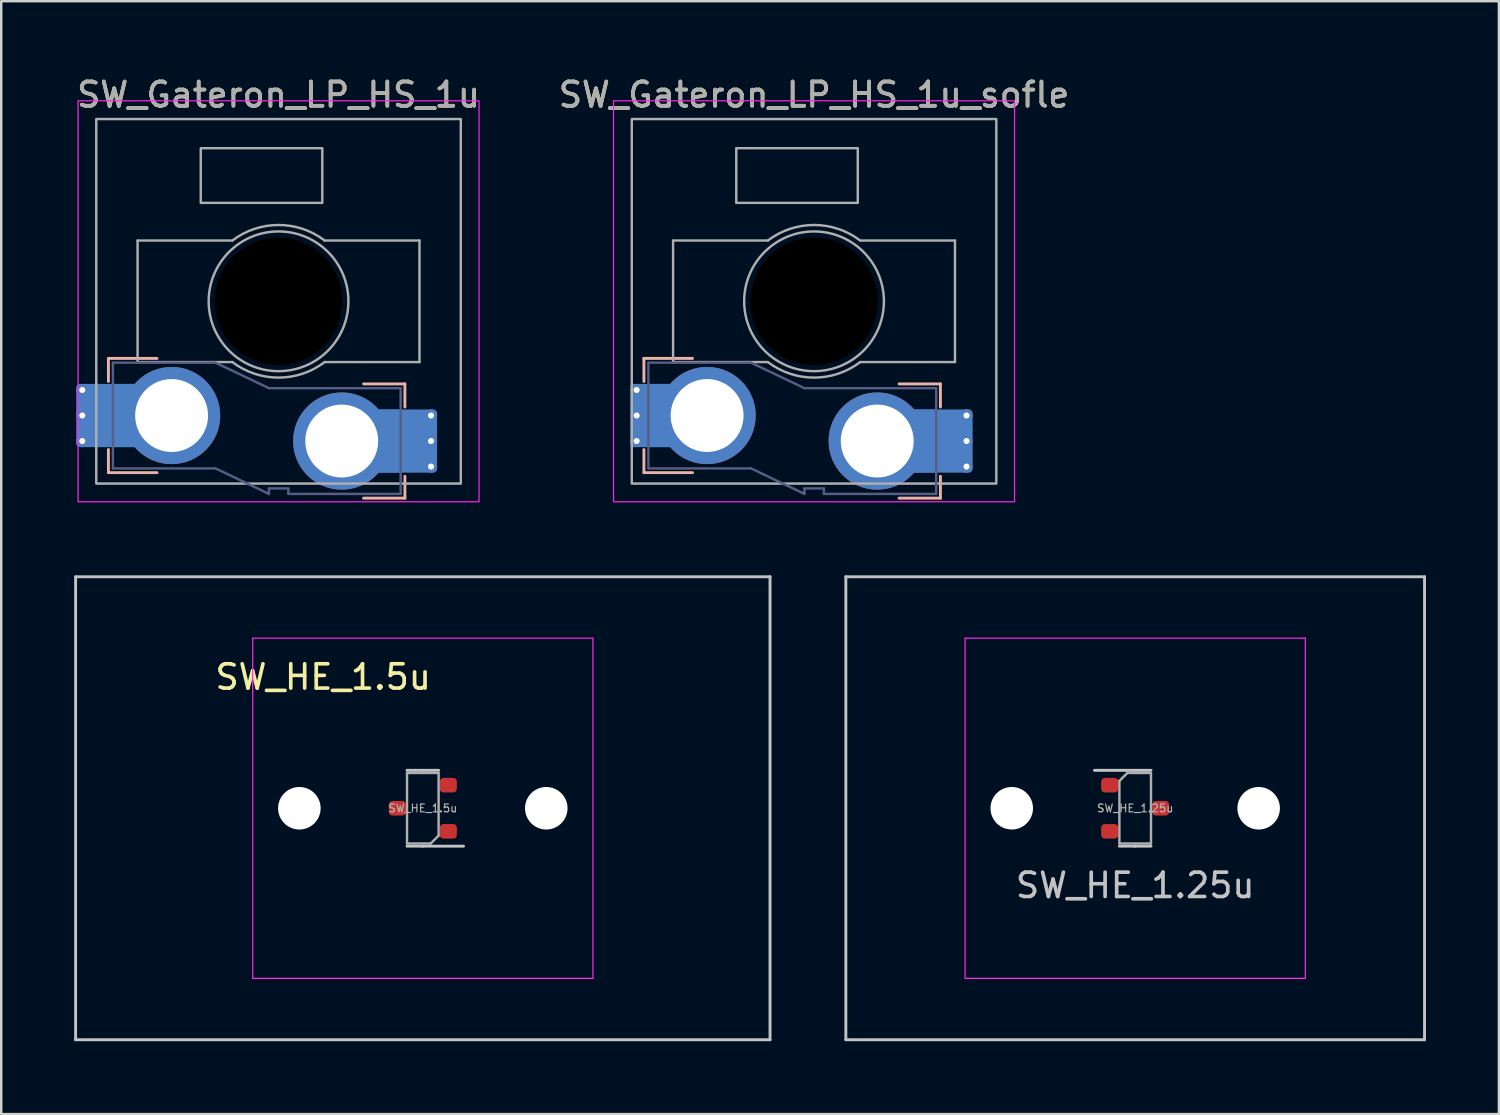
<source format=kicad_pcb>
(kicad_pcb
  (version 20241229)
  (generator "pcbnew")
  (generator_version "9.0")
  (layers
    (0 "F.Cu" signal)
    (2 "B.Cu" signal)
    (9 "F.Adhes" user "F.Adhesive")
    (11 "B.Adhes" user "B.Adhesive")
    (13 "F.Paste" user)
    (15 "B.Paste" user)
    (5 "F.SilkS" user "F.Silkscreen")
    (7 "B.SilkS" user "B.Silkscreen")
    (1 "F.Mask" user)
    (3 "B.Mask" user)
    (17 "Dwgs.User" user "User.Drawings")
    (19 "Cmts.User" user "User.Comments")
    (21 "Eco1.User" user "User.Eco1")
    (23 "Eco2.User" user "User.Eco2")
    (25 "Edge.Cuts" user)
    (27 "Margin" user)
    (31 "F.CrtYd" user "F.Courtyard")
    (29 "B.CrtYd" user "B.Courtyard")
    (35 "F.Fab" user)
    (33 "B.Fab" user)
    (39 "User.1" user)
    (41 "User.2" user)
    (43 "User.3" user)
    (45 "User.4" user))
  (footprint "SW_HE_1.5u"
    (layer "F.Cu")
    (at 14.348 30.208)
    (property "Reference" "SW_HE_1.5u" (at -4.1 -5.4 0) (layer "F.SilkS") (effects (font (size 1 1) (thickness 0.15))))
    (attr through_hole exclude_from_pos_files exclude_from_bom)
    (fp_line (start -14.287 -9.525) (end -14.287 9.525) (stroke (width 0.12) (type solid)) (layer "Dwgs.User"))
    (fp_line (start -14.287 9.525) (end 14.287 9.525) (stroke (width 0.12) (type solid)) (layer "Dwgs.User"))
    (fp_line (start 0 -1.56) (end -0.65 -1.56) (stroke (width 0.12) (type solid)) (layer "Dwgs.User"))
    (fp_line (start 0 -1.56) (end 0.65 -1.56) (stroke (width 0.12) (type solid)) (layer "Dwgs.User"))
    (fp_line (start 0 1.56) (end -0.65 1.56) (stroke (width 0.12) (type solid)) (layer "Dwgs.User"))
    (fp_line (start 0 1.56) (end 1.675 1.56) (stroke (width 0.12) (type solid)) (layer "Dwgs.User"))
    (fp_line (start 14.287 -9.525) (end -14.287 -9.525) (stroke (width 0.12) (type solid)) (layer "Dwgs.User"))
    (fp_line (start 14.287 9.525) (end 14.287 -9.525) (stroke (width 0.12) (type solid)) (layer "Dwgs.User"))
    (fp_line (start -7 6.5) (end -7 -6.5) (stroke (width 0.05) (type solid)) (layer "Eco2.User"))
    (fp_line (start -6.5 -7) (end 6.5 -7) (stroke (width 0.05) (type solid)) (layer "Eco2.User"))
    (fp_line (start 6.5 7) (end -6.5 7) (stroke (width 0.05) (type solid)) (layer "Eco2.User"))
    (fp_line (start 7 -6.5) (end 7 6.5) (stroke (width 0.05) (type solid)) (layer "Eco2.User"))
    (fp_arc (start -7 -6.5) (mid -6.853553 -6.853553) (end -6.5 -7) (stroke (width 0.05) (type solid)) (layer "Eco2.User"))
    (fp_arc (start -6.5 7) (mid -6.853553 6.853553) (end -7 6.5) (stroke (width 0.05) (type solid)) (layer "Eco2.User"))
    (fp_arc (start 6.5 -7) (mid 6.853553 -6.853553) (end 7 -6.5) (stroke (width 0.05) (type solid)) (layer "Eco2.User"))
    (fp_arc (start 6.997236 6.498884) (mid 6.850806 6.852455) (end 6.497236 6.998884) (stroke (width 0.05) (type solid)) (layer "Eco2.User"))
    (fp_line (start -7 -7) (end -7 7) (stroke (width 0.05) (type solid)) (layer "F.CrtYd"))
    (fp_line (start -7 7) (end 7 7) (stroke (width 0.05) (type solid)) (layer "F.CrtYd"))
    (fp_line (start 7 -7) (end -7 -7) (stroke (width 0.05) (type solid)) (layer "F.CrtYd"))
    (fp_line (start 7 7) (end 7 -7) (stroke (width 0.05) (type solid)) (layer "F.CrtYd"))
    (fp_line (start -0.65 -1.45) (end 0.65 -1.45) (stroke (width 0.1) (type solid)) (layer "F.Fab"))
    (fp_line (start -0.65 1.45) (end -0.65 -1.45) (stroke (width 0.1) (type solid)) (layer "F.Fab"))
    (fp_line (start 0.325 1.45) (end -0.65 1.45) (stroke (width 0.1) (type solid)) (layer "F.Fab"))
    (fp_line (start 0.65 -1.45) (end 0.65 1.125) (stroke (width 0.1) (type solid)) (layer "F.Fab"))
    (fp_line (start 0.65 1.125) (end 0.325 1.45) (stroke (width 0.1) (type solid)) (layer "F.Fab"))
    (fp_text user "${REFERENCE}" (at 0 0 180) (layer "F.Fab") (effects (font (size 0.32 0.32) (thickness 0.05))))
    (pad "" np_thru_hole circle (at -5.08 0) (size 1.75 1.75) (drill 1.75) (layers "*.Cu" "*.Mask"))
    (pad "" np_thru_hole circle (at 5.08 0) (size 1.75 1.75) (drill 1.75) (layers "*.Cu" "*.Mask"))
    (pad "1" smd roundrect (at 1.05 0.95 180) (size 0.7 0.6) (layers "F.Cu" "F.Mask" "F.Paste") (roundrect_rratio 0.25))
    (pad "2" smd roundrect (at -1.05 0 180) (size 0.7 0.6) (layers "F.Cu" "F.Mask" "F.Paste") (roundrect_rratio 0.25))
    (pad "3" smd roundrect (at 1.05 -0.95 180) (size 0.7 0.6) (layers "F.Cu" "F.Mask" "F.Paste") (roundrect_rratio 0.25))
    (zone (net_name "") (layers "F.Cu" "Dwgs.User") (hatch edge 0.508) (connect_pads) (min_thickness 0.254) (filled_areas_thickness no) (keepout (tracks allowed) (vias allowed) (pads allowed) (copperpour not_allowed) (footprints allowed)) (placement (enabled no)) (fill (island_removal_mode 2) (island_area_min 10)) (polygon (pts (xy 12.799 29.708) (xy 12.779 29.71) (xy 12.751 29.738) (xy 12.749 29.758) (xy 12.749 30.658) (xy 12.751 30.678) (xy 12.779 30.706) (xy 12.799 30.708) (xy 13.399 30.708) (xy 13.419 30.71) (xy 13.447 30.738) (xy 13.449 30.758) (xy 13.449 31.858) (xy 13.451 31.878) (xy 13.479 31.906) (xy 13.499 31.908) (xy 15.199 31.908) (xy 15.219 31.904) (xy 15.246 31.878) (xy 15.249 31.858) (xy 15.249 31.708) (xy 15.251 31.688) (xy 15.279 31.66) (xy 15.299 31.658) (xy 15.899 31.658) (xy 15.919 31.656) (xy 15.947 31.628) (xy 15.949 31.608) (xy 15.949 30.708) (xy 15.947 30.688) (xy 15.919 30.66) (xy 15.899 30.658) (xy 15.299 30.658) (xy 15.279 30.656) (xy 15.251 30.628) (xy 15.249 30.608) (xy 15.249 29.808) (xy 15.251 29.788) (xy 15.279 29.76) (xy 15.299 29.758) (xy 15.899 29.758) (xy 15.919 29.756) (xy 15.947 29.728) (xy 15.949 29.708) (xy 15.949 28.808) (xy 15.947 28.788) (xy 15.919 28.76) (xy 15.899 28.758) (xy 15.299 28.758) (xy 15.279 28.756) (xy 15.251 28.728) (xy 15.249 28.708) (xy 15.249 28.558) (xy 15.248 28.538) (xy 15.219 28.51) (xy 15.199 28.508) (xy 13.499 28.508) (xy 13.479 28.51) (xy 13.451 28.538) (xy 13.449 28.558) (xy 13.449 29.658) (xy 13.447 29.678) (xy 13.419 29.706) (xy 13.399 29.708)))))
  (footprint "SW_Gateron_LP_HS_1u"
    (layer "F.Cu")
    (at 8.411 9.348)
    (property "Reference" "SW_Gateron_LP_HS_1u" (at 0 -8.5 0) (unlocked yes) (layer "F.SilkS") (effects (font (size 1 1) (thickness 0.15))))
    (attr through_hole)
    (fp_line (start -7 2.35) (end -7 3.3) (stroke (width 0.12) (type solid)) (layer "B.SilkS"))
    (fp_line (start -7 2.35) (end -5 2.35) (stroke (width 0.12) (type solid)) (layer "B.SilkS"))
    (fp_line (start -7 7.05) (end -7 6.1) (stroke (width 0.12) (type solid)) (layer "B.SilkS"))
    (fp_line (start -7 7.05) (end -5 7.05) (stroke (width 0.12) (type solid)) (layer "B.SilkS"))
    (fp_line (start 5.2 3.4) (end 3.5 3.4) (stroke (width 0.12) (type solid)) (layer "B.SilkS"))
    (fp_line (start 5.2 3.4) (end 5.2 4.35) (stroke (width 0.12) (type solid)) (layer "B.SilkS"))
    (fp_line (start 5.2 8.1) (end 3.5 8.1) (stroke (width 0.12) (type solid)) (layer "B.SilkS"))
    (fp_line (start 5.2 8.1) (end 5.2 7.2) (stroke (width 0.12) (type solid)) (layer "B.SilkS"))
    (fp_rect (start 8.25 -8.25) (end -8.25 8.25) (stroke (width 0.05) (type solid)) (fill no) (layer "F.CrtYd"))
    (fp_line (start -6.815 2.525) (end -6.815 6.875) (stroke (width 0.1) (type solid)) (layer "B.Fab"))
    (fp_line (start -6.815 2.525) (end -2.595 2.525) (stroke (width 0.1) (type solid)) (layer "B.Fab"))
    (fp_line (start -6.815 6.875) (end -2.595 6.875) (stroke (width 0.1) (type solid)) (layer "B.Fab"))
    (fp_line (start -2.595 2.525) (end -0.395 3.575) (stroke (width 0.1) (type solid)) (layer "B.Fab"))
    (fp_line (start -2.595 6.875) (end -0.395 7.925) (stroke (width 0.1) (type solid)) (layer "B.Fab"))
    (fp_line (start -0.395 7.7) (end -0.395 7.925) (stroke (width 0.1) (type solid)) (layer "B.Fab"))
    (fp_line (start 0.405 7.7) (end -0.395 7.7) (stroke (width 0.1) (type solid)) (layer "B.Fab"))
    (fp_line (start 0.405 7.925) (end 0.405 7.7) (stroke (width 0.1) (type solid)) (layer "B.Fab"))
    (fp_line (start 5.025 3.575) (end -0.395 3.575) (stroke (width 0.1) (type solid)) (layer "B.Fab"))
    (fp_line (start 5.025 3.575) (end 5.025 7.925) (stroke (width 0.1) (type solid)) (layer "B.Fab"))
    (fp_line (start 5.025 7.925) (end 0.405 7.925) (stroke (width 0.1) (type solid)) (layer "B.Fab"))
    (fp_line (start -5.8 -2.5) (end -1.9 -2.5) (stroke (width 0.1) (type default)) (layer "F.Fab"))
    (fp_line (start -5.8 2.5) (end -5.8 -2.5) (stroke (width 0.1) (type default)) (layer "F.Fab"))
    (fp_line (start -1.9 2.5) (end -5.8 2.5) (stroke (width 0.1) (type default)) (layer "F.Fab"))
    (fp_line (start 1.9 -2.5) (end 5.8 -2.5) (stroke (width 0.1) (type default)) (layer "F.Fab"))
    (fp_line (start 5.8 -2.5) (end 5.8 2.5) (stroke (width 0.1) (type default)) (layer "F.Fab"))
    (fp_line (start 5.8 2.5) (end 1.9 2.5) (stroke (width 0.1) (type default)) (layer "F.Fab"))
    (fp_rect (start -3.2 -6.3) (end 1.8 -4.05) (stroke (width 0.1) (type default)) (fill no) (layer "F.Fab"))
    (fp_rect (start 7.5 -7.5) (end -7.5 7.5) (stroke (width 0.1) (type solid)) (fill no) (layer "F.Fab"))
    (fp_arc (start -1.9 -2.499999) (mid 0 -3.140063) (end 1.9 -2.499999) (stroke (width 0.1) (type default)) (layer "F.Fab"))
    (fp_arc (start 1.9 2.499999) (mid 0 3.140063) (end -1.9 2.499999) (stroke (width 0.1) (type default)) (layer "F.Fab"))
    (fp_circle (center 0 0) (end 2.875 0) (stroke (width 0.1) (type default)) (fill no) (layer "F.Fab"))
    (fp_poly (pts (xy -2.05 -0.64) (xy -0.6 -0.64) (xy -0.6 -2) (xy 0.5 -2) (xy 0.5 -0.64) (xy 1.95 -0.64) (xy 1.95 0.64) (xy 0.5 0.64) (xy 0.5 2) (xy -0.6 2) (xy -0.6 0.64) (xy -2.05 0.64)) (stroke (width 0.1) (type solid)) (fill no) (layer "F.Fab"))
    (fp_text user "${REFERENCE}" (at 0 -8.5 0) (unlocked yes) (layer "F.Fab") (effects (font (size 1 1) (thickness 0.15))))
    (pad "" np_thru_hole circle (at 0 0) (size 5.25 5.25) (drill 5.25) (layers "*.Mask"))
    (pad "1" thru_hole circle (at 2.6 5.75) (size 4 4) (drill 3) (layers "*.Cu" "*.Mask"))
    (pad "1" smd rect (at 4.475 5.75) (size 1.2 2.6) (layers "B.Cu"))
    (pad "1" smd rect (at 4.475 5.75 180) (size 1.2 2.6) (layers "B.Cu"))
    (pad "1" smd roundrect (at 5.725 5.75 180) (size 1.6 2.6) (layers "B.Cu" "B.Mask" "B.Paste") (roundrect_rratio 0.1))
    (pad "1" thru_hole circle (at 6.275 4.7 180) (size 0.5 0.5) (drill 0.25) (layers "*.Cu"))
    (pad "1" thru_hole circle (at 6.275 5.75 180) (size 0.5 0.5) (drill 0.25) (layers "*.Cu"))
    (pad "1" thru_hole circle (at 6.275 6.8 180) (size 0.5 0.5) (drill 0.25) (layers "*.Cu"))
    (pad "2" thru_hole circle (at -8.075 3.65) (size 0.5 0.5) (drill 0.25) (layers "*.Cu"))
    (pad "2" thru_hole circle (at -8.075 4.7) (size 0.5 0.5) (drill 0.25) (layers "*.Cu"))
    (pad "2" thru_hole circle (at -8.075 5.75) (size 0.5 0.5) (drill 0.25) (layers "*.Cu"))
    (pad "2" smd roundrect (at -7.525 4.7) (size 1.6 2.6) (layers "B.Cu" "B.Mask" "B.Paste") (roundrect_rratio 0.1))
    (pad "2" smd rect (at -6.275 4.7 180) (size 1.2 2.6) (layers "B.Cu"))
    (pad "2" smd rect (at -6.275 4.7) (size 1.2 2.6) (layers "B.Cu"))
    (pad "2" thru_hole circle (at -4.4 4.7) (size 4 4) (drill 3) (layers "*.Cu" "*.Mask")))
  (footprint "SW_HE_1.25u"
    (layer "F.Cu")
    (at 43.661 30.208)
    (property "Reference" "SW_HE_1.25u" (at 0 3.175 0) (layer "Dwgs.User") (effects (font (size 1 1) (thickness 0.15))))
    (attr through_hole exclude_from_pos_files exclude_from_bom)
    (fp_line (start -11.906 -9.525) (end -11.906 9.525) (stroke (width 0.12) (type solid)) (layer "Dwgs.User"))
    (fp_line (start -11.906 9.525) (end 11.906 9.525) (stroke (width 0.12) (type solid)) (layer "Dwgs.User"))
    (fp_line (start 0 -1.56) (end -1.675 -1.56) (stroke (width 0.12) (type solid)) (layer "Dwgs.User"))
    (fp_line (start 0 -1.56) (end 0.65 -1.56) (stroke (width 0.12) (type solid)) (layer "Dwgs.User"))
    (fp_line (start 0 1.56) (end -0.65 1.56) (stroke (width 0.12) (type solid)) (layer "Dwgs.User"))
    (fp_line (start 0 1.56) (end 0.65 1.56) (stroke (width 0.12) (type solid)) (layer "Dwgs.User"))
    (fp_line (start 11.906 -9.525) (end -11.906 -9.525) (stroke (width 0.12) (type solid)) (layer "Dwgs.User"))
    (fp_line (start 11.906 9.525) (end 11.906 -9.525) (stroke (width 0.12) (type solid)) (layer "Dwgs.User"))
    (fp_line (start -7 6.5) (end -7 -6.5) (stroke (width 0.05) (type solid)) (layer "Eco2.User"))
    (fp_line (start -6.5 -7) (end 6.5 -7) (stroke (width 0.05) (type solid)) (layer "Eco2.User"))
    (fp_line (start 6.5 7) (end -6.5 7) (stroke (width 0.05) (type solid)) (layer "Eco2.User"))
    (fp_line (start 7 -6.5) (end 7 6.5) (stroke (width 0.05) (type solid)) (layer "Eco2.User"))
    (fp_arc (start -7 -6.5) (mid -6.853553 -6.853553) (end -6.5 -7) (stroke (width 0.05) (type solid)) (layer "Eco2.User"))
    (fp_arc (start -6.5 7) (mid -6.853553 6.853553) (end -7 6.5) (stroke (width 0.05) (type solid)) (layer "Eco2.User"))
    (fp_arc (start 6.5 -7) (mid 6.853553 -6.853553) (end 7 -6.5) (stroke (width 0.05) (type solid)) (layer "Eco2.User"))
    (fp_arc (start 6.997236 6.498884) (mid 6.850789 6.852437) (end 6.497236 6.998884) (stroke (width 0.05) (type solid)) (layer "Eco2.User"))
    (fp_line (start -7 -7) (end -7 7) (stroke (width 0.05) (type solid)) (layer "F.CrtYd"))
    (fp_line (start -7 7) (end 7 7) (stroke (width 0.05) (type solid)) (layer "F.CrtYd"))
    (fp_line (start 7 -7) (end -7 -7) (stroke (width 0.05) (type solid)) (layer "F.CrtYd"))
    (fp_line (start 7 7) (end 7 -7) (stroke (width 0.05) (type solid)) (layer "F.CrtYd"))
    (fp_line (start -0.65 -1.125) (end -0.325 -1.45) (stroke (width 0.1) (type solid)) (layer "F.Fab"))
    (fp_line (start -0.65 1.45) (end -0.65 -1.125) (stroke (width 0.1) (type solid)) (layer "F.Fab"))
    (fp_line (start -0.325 -1.45) (end 0.65 -1.45) (stroke (width 0.1) (type solid)) (layer "F.Fab"))
    (fp_line (start 0.65 -1.45) (end 0.65 1.45) (stroke (width 0.1) (type solid)) (layer "F.Fab"))
    (fp_line (start 0.65 1.45) (end -0.65 1.45) (stroke (width 0.1) (type solid)) (layer "F.Fab"))
    (fp_text user "${REFERENCE}" (at 0 0 0) (layer "F.Fab") (effects (font (size 0.32 0.32) (thickness 0.05))))
    (pad "" np_thru_hole circle (at -5.08 0) (size 1.75 1.75) (drill 1.75) (layers "*.Cu" "*.Mask"))
    (pad "" np_thru_hole circle (at 5.08 0) (size 1.75 1.75) (drill 1.75) (layers "*.Cu" "*.Mask"))
    (pad "1" smd roundrect (at -1.05 -0.95) (size 0.7 0.6) (layers "F.Cu" "F.Mask" "F.Paste") (roundrect_rratio 0.25))
    (pad "2" smd roundrect (at 1.05 0) (size 0.7 0.6) (layers "F.Cu" "F.Mask" "F.Paste") (roundrect_rratio 0.25))
    (pad "3" smd roundrect (at -1.05 0.95) (size 0.7 0.6) (layers "F.Cu" "F.Mask" "F.Paste") (roundrect_rratio 0.25))
    (zone (net_name "") (layers "F.Cu" "Dwgs.User") (hatch edge 0.508) (connect_pads) (min_thickness 0.254) (filled_areas_thickness no) (keepout (tracks allowed) (vias allowed) (pads allowed) (copperpour not_allowed) (footprints allowed)) (placement (enabled no)) (fill (island_removal_mode 2) (island_area_min 10)) (polygon (pts (arc (start 45.11125 30.60825) (mid 45.146605 30.593605) (end 45.16125 30.55825)) (arc (start 45.16125 29.85825) (mid 45.146605 29.822895) (end 45.11125 29.80825)) (arc (start 44.51125 29.80825) (mid 44.475895 29.793605) (end 44.46125 29.75825)) (arc (start 44.46125 28.65825) (mid 44.446605 28.622895) (end 44.41125 28.60825)) (xy 43.211 28.608) (xy 42.961 28.858) (arc (start 42.21125 28.85825) (mid 42.175895 28.872895) (end 42.16125 28.90825)) (arc (start 42.16125 29.60825) (mid 42.175895 29.643605) (end 42.21125 29.65825)) (arc (start 42.81125 29.65825) (mid 42.846605 29.672895) (end 42.86125 29.70825)) (arc (start 42.86125 30.70825) (mid 42.846605 30.743605) (end 42.81125 30.75825)) (arc (start 42.21125 30.75825) (mid 42.175895 30.772895) (end 42.16125 30.80825)) (arc (start 42.16125 31.50825) (mid 42.175895 31.543605) (end 42.21125 31.55825)) (arc (start 42.81125 31.55825) (mid 42.846605 31.572895) (end 42.86125 31.60825)) (arc (start 42.86125 31.75825) (mid 42.875895 31.793605) (end 42.91125 31.80825)) (arc (start 44.41125 31.80825) (mid 44.446605 31.793605) (end 44.46125 31.75825)) (arc (start 44.46125 30.65825) (mid 44.475895 30.622895) (end 44.51125 30.60825))))))
  (footprint "SW_Gateron_LP_HS_1u_sofle"
    (layer "F.Cu")
    (at 30.446 9.348)
    (property "Reference" "SW_Gateron_LP_HS_1u_sofle" (at 0 -8.5 0) (unlocked yes) (layer "F.SilkS") (effects (font (size 1 1) (thickness 0.15))))
    (attr through_hole)
    (fp_line (start -7 2.35) (end -7 3.3) (stroke (width 0.12) (type solid)) (layer "B.SilkS"))
    (fp_line (start -7 2.35) (end -5 2.35) (stroke (width 0.12) (type solid)) (layer "B.SilkS"))
    (fp_line (start -7 7.05) (end -7 6.1) (stroke (width 0.12) (type solid)) (layer "B.SilkS"))
    (fp_line (start -7 7.05) (end -5 7.05) (stroke (width 0.12) (type solid)) (layer "B.SilkS"))
    (fp_line (start 5.2 3.4) (end 3.5 3.4) (stroke (width 0.12) (type solid)) (layer "B.SilkS"))
    (fp_line (start 5.2 3.4) (end 5.2 4.35) (stroke (width 0.12) (type solid)) (layer "B.SilkS"))
    (fp_line (start 5.2 8.1) (end 3.5 8.1) (stroke (width 0.12) (type solid)) (layer "B.SilkS"))
    (fp_line (start 5.2 8.1) (end 5.2 7.2) (stroke (width 0.12) (type solid)) (layer "B.SilkS"))
    (fp_rect (start 8.25 -8.25) (end -8.25 8.25) (stroke (width 0.05) (type solid)) (fill no) (layer "F.CrtYd"))
    (fp_line (start -6.815 2.525) (end -6.815 6.875) (stroke (width 0.1) (type solid)) (layer "B.Fab"))
    (fp_line (start -6.815 2.525) (end -2.595 2.525) (stroke (width 0.1) (type solid)) (layer "B.Fab"))
    (fp_line (start -6.815 6.875) (end -2.595 6.875) (stroke (width 0.1) (type solid)) (layer "B.Fab"))
    (fp_line (start -2.595 2.525) (end -0.395 3.575) (stroke (width 0.1) (type solid)) (layer "B.Fab"))
    (fp_line (start -2.595 6.875) (end -0.395 7.925) (stroke (width 0.1) (type solid)) (layer "B.Fab"))
    (fp_line (start -0.395 7.7) (end -0.395 7.925) (stroke (width 0.1) (type solid)) (layer "B.Fab"))
    (fp_line (start 0.405 7.7) (end -0.395 7.7) (stroke (width 0.1) (type solid)) (layer "B.Fab"))
    (fp_line (start 0.405 7.925) (end 0.405 7.7) (stroke (width 0.1) (type solid)) (layer "B.Fab"))
    (fp_line (start 5.025 3.575) (end -0.395 3.575) (stroke (width 0.1) (type solid)) (layer "B.Fab"))
    (fp_line (start 5.025 3.575) (end 5.025 7.925) (stroke (width 0.1) (type solid)) (layer "B.Fab"))
    (fp_line (start 5.025 7.925) (end 0.405 7.925) (stroke (width 0.1) (type solid)) (layer "B.Fab"))
    (fp_line (start -5.8 -2.5) (end -1.9 -2.5) (stroke (width 0.1) (type default)) (layer "F.Fab"))
    (fp_line (start -5.8 2.5) (end -5.8 -2.5) (stroke (width 0.1) (type default)) (layer "F.Fab"))
    (fp_line (start -1.9 2.5) (end -5.8 2.5) (stroke (width 0.1) (type default)) (layer "F.Fab"))
    (fp_line (start 1.9 -2.5) (end 5.8 -2.5) (stroke (width 0.1) (type default)) (layer "F.Fab"))
    (fp_line (start 5.8 -2.5) (end 5.8 2.5) (stroke (width 0.1) (type default)) (layer "F.Fab"))
    (fp_line (start 5.8 2.5) (end 1.9 2.5) (stroke (width 0.1) (type default)) (layer "F.Fab"))
    (fp_rect (start -3.2 -6.3) (end 1.8 -4.05) (stroke (width 0.1) (type default)) (fill no) (layer "F.Fab"))
    (fp_rect (start 7.5 -7.5) (end -7.5 7.5) (stroke (width 0.1) (type solid)) (fill no) (layer "F.Fab"))
    (fp_arc (start -1.9 -2.499999) (mid 0 -3.140063) (end 1.9 -2.499999) (stroke (width 0.1) (type default)) (layer "F.Fab"))
    (fp_arc (start 1.9 2.499999) (mid 0 3.140063) (end -1.9 2.499999) (stroke (width 0.1) (type default)) (layer "F.Fab"))
    (fp_circle (center 0 0) (end 2.875 0) (stroke (width 0.1) (type default)) (fill no) (layer "F.Fab"))
    (fp_poly (pts (xy -2.05 -0.64) (xy -0.6 -0.64) (xy -0.6 -2) (xy 0.5 -2) (xy 0.5 -0.64) (xy 1.95 -0.64) (xy 1.95 0.64) (xy 0.5 0.64) (xy 0.5 2) (xy -0.6 2) (xy -0.6 0.64) (xy -2.05 0.64)) (stroke (width 0.1) (type solid)) (fill no) (layer "F.Fab"))
    (fp_text user "${REFERENCE}" (at 0 -8.5 0) (unlocked yes) (layer "F.Fab") (effects (font (size 1 1) (thickness 0.15))))
    (pad "" np_thru_hole circle (at 0 0) (size 5.25 5.25) (drill 5.25) (layers "*.Mask"))
    (pad "1" thru_hole circle (at 2.6 5.75) (size 4 4) (drill 3) (layers "*.Cu" "*.Mask"))
    (pad "1" smd rect (at 4.475 5.75) (size 1.2 2.6) (layers "B.Cu"))
    (pad "1" smd rect (at 4.475 5.75 180) (size 1.2 2.6) (layers "B.Cu"))
    (pad "1" smd roundrect (at 5.725 5.75 180) (size 1.6 2.6) (layers "B.Cu" "B.Mask" "B.Paste") (roundrect_rratio 0.1))
    (pad "1" thru_hole circle (at 6.275 4.7 180) (size 0.5 0.5) (drill 0.25) (layers "*.Cu"))
    (pad "1" thru_hole circle (at 6.275 5.75 180) (size 0.5 0.5) (drill 0.25) (layers "*.Cu"))
    (pad "1" thru_hole circle (at 6.275 6.8 180) (size 0.5 0.5) (drill 0.25) (layers "*.Cu"))
    (pad "2" thru_hole circle (at -7.3 3.65) (size 0.5 0.5) (drill 0.25) (layers "*.Cu"))
    (pad "2" thru_hole circle (at -7.3 4.7) (size 0.5 0.5) (drill 0.25) (layers "*.Cu"))
    (pad "2" thru_hole circle (at -7.3 5.75) (size 0.5 0.5) (drill 0.25) (layers "*.Cu"))
    (pad "2" smd roundrect (at -7.138 4.7) (size 0.825 2.6) (layers "B.Cu" "B.Mask" "B.Paste") (roundrect_rratio 0.1))
    (pad "2" smd rect (at -6.275 4.7 180) (size 1.2 2.6) (layers "B.Cu"))
    (pad "2" smd rect (at -6.275 4.7) (size 1.2 2.6) (layers "B.Cu"))
    (pad "2" thru_hole circle (at -4.4 4.7) (size 4 4) (drill 3) (layers "*.Cu" "*.Mask")))
  (gr_rect
    (start -3 -3)
    (end 58.627 42.793)
    (stroke (width 0.1) (type default))
    (fill no)
    (layer "Edge.Cuts")))
</source>
